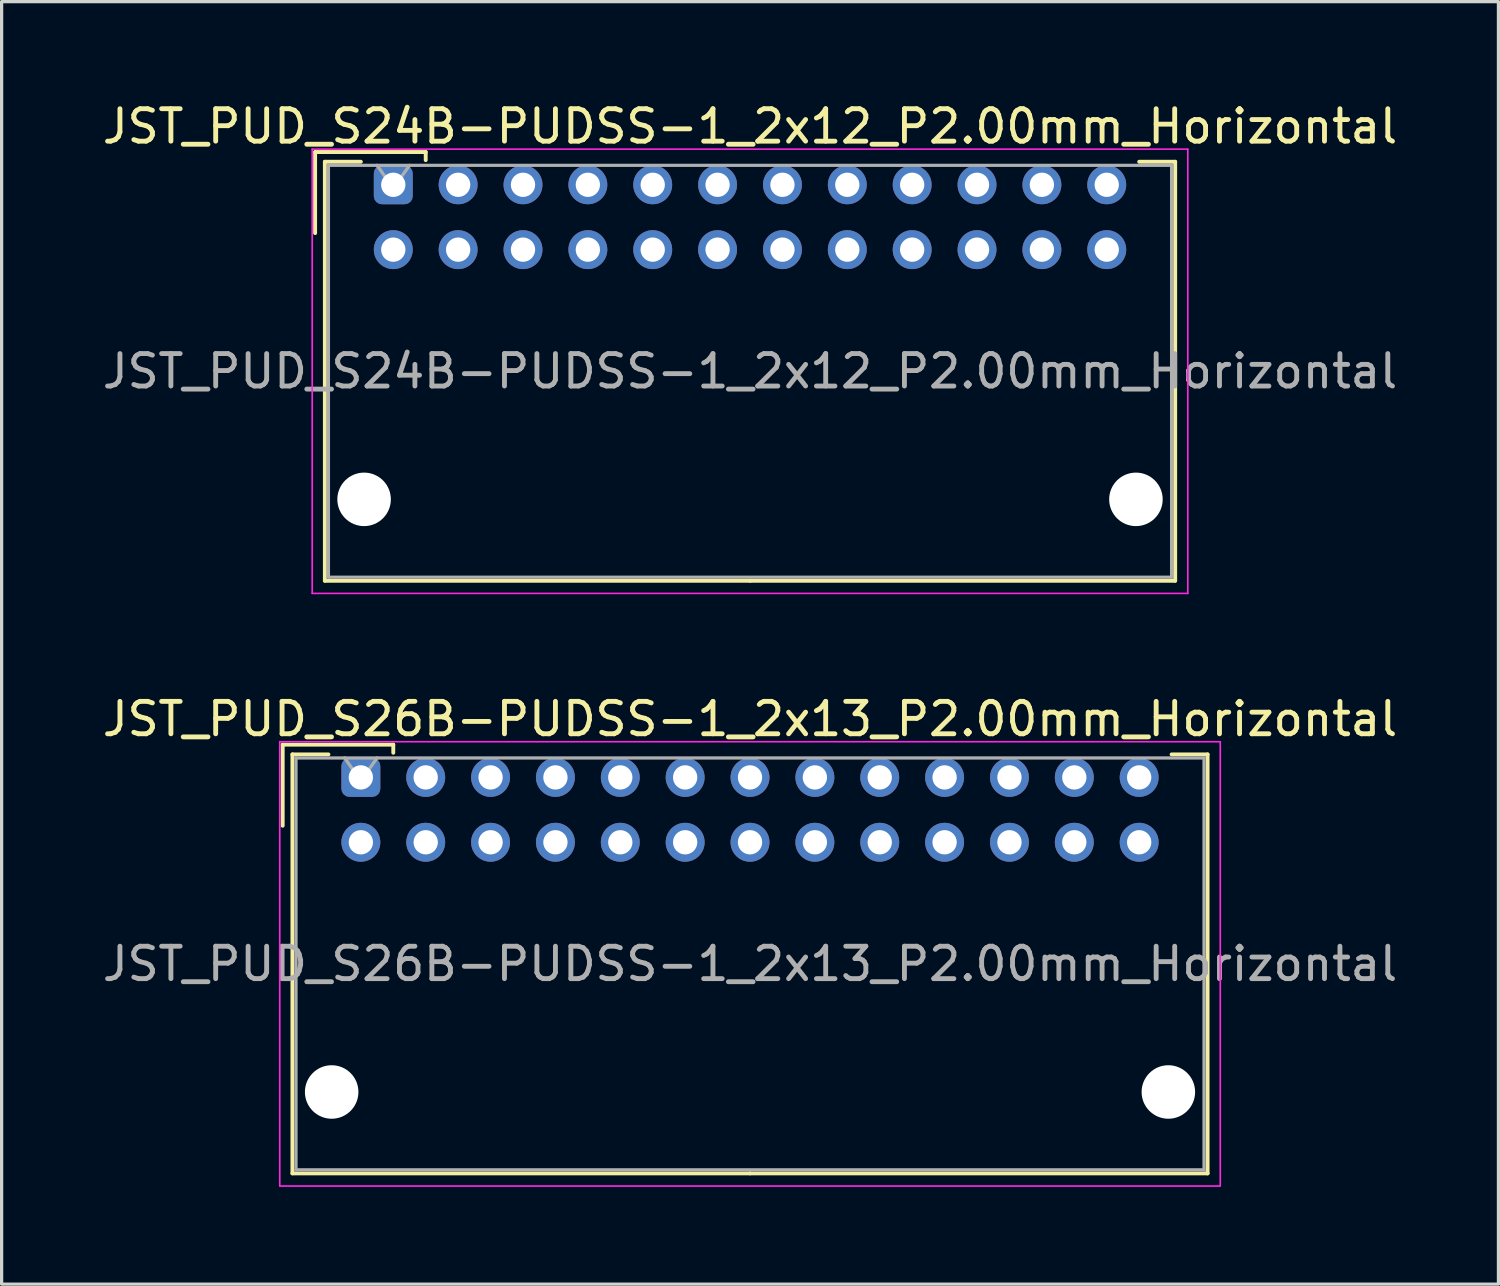
<source format=kicad_pcb>
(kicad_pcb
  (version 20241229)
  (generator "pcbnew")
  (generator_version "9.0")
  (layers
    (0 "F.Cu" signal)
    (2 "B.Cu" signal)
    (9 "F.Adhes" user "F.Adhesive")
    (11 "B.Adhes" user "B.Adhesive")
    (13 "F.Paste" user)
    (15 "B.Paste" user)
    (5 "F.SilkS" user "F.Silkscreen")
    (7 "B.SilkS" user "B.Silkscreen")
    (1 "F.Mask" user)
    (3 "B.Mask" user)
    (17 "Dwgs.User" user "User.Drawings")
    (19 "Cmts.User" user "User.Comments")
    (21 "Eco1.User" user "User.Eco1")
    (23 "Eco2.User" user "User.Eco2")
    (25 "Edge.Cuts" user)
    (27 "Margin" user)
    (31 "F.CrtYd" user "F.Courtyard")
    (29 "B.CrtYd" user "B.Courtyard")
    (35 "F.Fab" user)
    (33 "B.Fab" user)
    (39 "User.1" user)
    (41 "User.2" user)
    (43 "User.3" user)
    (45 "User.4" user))
  (footprint "JST_PUD_S24B-PUDSS-1_2x12_P2.00mm_Horizontal"
    (layer "F.Cu")
    (at 9.077 2.648)
    (property "Reference" "JST_PUD_S24B-PUDSS-1_2x12_P2.00mm_Horizontal" (at 11 -1.8 0) (layer "F.SilkS") (effects (font (size 1 1) (thickness 0.15))))
    (attr through_hole)
    (fp_line (start -2.41 -1.01) (end -2.41 1.49) (stroke (width 0.12) (type solid)) (layer "F.SilkS"))
    (fp_line (start -2.11 -0.71) (end -2.11 12.21) (stroke (width 0.12) (type solid)) (layer "F.SilkS"))
    (fp_line (start -2.11 12.21) (end 11 12.21) (stroke (width 0.12) (type solid)) (layer "F.SilkS"))
    (fp_line (start -1 -0.71) (end -2.11 -0.71) (stroke (width 0.12) (type solid)) (layer "F.SilkS"))
    (fp_line (start 1 -1.01) (end -2.41 -1.01) (stroke (width 0.12) (type solid)) (layer "F.SilkS"))
    (fp_line (start 1 -0.76) (end 1 -1.01) (stroke (width 0.12) (type solid)) (layer "F.SilkS"))
    (fp_line (start 23 -0.71) (end 24.11 -0.71) (stroke (width 0.12) (type solid)) (layer "F.SilkS"))
    (fp_line (start 24.11 -0.71) (end 24.11 12.21) (stroke (width 0.12) (type solid)) (layer "F.SilkS"))
    (fp_line (start 24.11 12.21) (end 11 12.21) (stroke (width 0.12) (type solid)) (layer "F.SilkS"))
    (fp_line (start -2.5 -1.1) (end -2.5 12.6) (stroke (width 0.05) (type solid)) (layer "F.CrtYd"))
    (fp_line (start -2.5 12.6) (end 24.5 12.6) (stroke (width 0.05) (type solid)) (layer "F.CrtYd"))
    (fp_line (start 24.5 -1.1) (end -2.5 -1.1) (stroke (width 0.05) (type solid)) (layer "F.CrtYd"))
    (fp_line (start 24.5 12.6) (end 24.5 -1.1) (stroke (width 0.05) (type solid)) (layer "F.CrtYd"))
    (fp_line (start -2 -0.6) (end -2 12.1) (stroke (width 0.1) (type solid)) (layer "F.Fab"))
    (fp_line (start -2 12.1) (end 24 12.1) (stroke (width 0.1) (type solid)) (layer "F.Fab"))
    (fp_line (start 0 0.107) (end -0.5 -0.6) (stroke (width 0.1) (type solid)) (layer "F.Fab"))
    (fp_line (start 0.5 -0.6) (end 0 0.107) (stroke (width 0.1) (type solid)) (layer "F.Fab"))
    (fp_line (start 24 -0.6) (end -2 -0.6) (stroke (width 0.1) (type solid)) (layer "F.Fab"))
    (fp_line (start 24 12.1) (end 24 -0.6) (stroke (width 0.1) (type solid)) (layer "F.Fab"))
    (fp_text user "${REFERENCE}" (at 11 5.75 0) (layer "F.Fab") (effects (font (size 1 1) (thickness 0.15))))
    (pad "" np_thru_hole circle (at -0.9 9.7) (size 1.65 1.65) (drill 1.65) (layers "*.Cu" "*.Mask"))
    (pad "" np_thru_hole circle (at 22.9 9.7) (size 1.65 1.65) (drill 1.65) (layers "*.Cu" "*.Mask"))
    (pad "1" thru_hole roundrect (at 0 0) (size 1.2 1.2) (drill 0.75) (layers "*.Cu" "*.Mask") (roundrect_rratio 0.208))
    (pad "2" thru_hole circle (at 0 2) (size 1.2 1.2) (drill 0.75) (layers "*.Cu" "*.Mask"))
    (pad "3" thru_hole circle (at 2 0) (size 1.2 1.2) (drill 0.75) (layers "*.Cu" "*.Mask"))
    (pad "4" thru_hole circle (at 2 2) (size 1.2 1.2) (drill 0.75) (layers "*.Cu" "*.Mask"))
    (pad "5" thru_hole circle (at 4 0) (size 1.2 1.2) (drill 0.75) (layers "*.Cu" "*.Mask"))
    (pad "6" thru_hole circle (at 4 2) (size 1.2 1.2) (drill 0.75) (layers "*.Cu" "*.Mask"))
    (pad "7" thru_hole circle (at 6 0) (size 1.2 1.2) (drill 0.75) (layers "*.Cu" "*.Mask"))
    (pad "8" thru_hole circle (at 6 2) (size 1.2 1.2) (drill 0.75) (layers "*.Cu" "*.Mask"))
    (pad "9" thru_hole circle (at 8 0) (size 1.2 1.2) (drill 0.75) (layers "*.Cu" "*.Mask"))
    (pad "10" thru_hole circle (at 8 2) (size 1.2 1.2) (drill 0.75) (layers "*.Cu" "*.Mask"))
    (pad "11" thru_hole circle (at 10 0) (size 1.2 1.2) (drill 0.75) (layers "*.Cu" "*.Mask"))
    (pad "12" thru_hole circle (at 10 2) (size 1.2 1.2) (drill 0.75) (layers "*.Cu" "*.Mask"))
    (pad "13" thru_hole circle (at 12 0) (size 1.2 1.2) (drill 0.75) (layers "*.Cu" "*.Mask"))
    (pad "14" thru_hole circle (at 12 2) (size 1.2 1.2) (drill 0.75) (layers "*.Cu" "*.Mask"))
    (pad "15" thru_hole circle (at 14 0) (size 1.2 1.2) (drill 0.75) (layers "*.Cu" "*.Mask"))
    (pad "16" thru_hole circle (at 14 2) (size 1.2 1.2) (drill 0.75) (layers "*.Cu" "*.Mask"))
    (pad "17" thru_hole circle (at 16 0) (size 1.2 1.2) (drill 0.75) (layers "*.Cu" "*.Mask"))
    (pad "18" thru_hole circle (at 16 2) (size 1.2 1.2) (drill 0.75) (layers "*.Cu" "*.Mask"))
    (pad "19" thru_hole circle (at 18 0) (size 1.2 1.2) (drill 0.75) (layers "*.Cu" "*.Mask"))
    (pad "20" thru_hole circle (at 18 2) (size 1.2 1.2) (drill 0.75) (layers "*.Cu" "*.Mask"))
    (pad "21" thru_hole circle (at 20 0) (size 1.2 1.2) (drill 0.75) (layers "*.Cu" "*.Mask"))
    (pad "22" thru_hole circle (at 20 2) (size 1.2 1.2) (drill 0.75) (layers "*.Cu" "*.Mask"))
    (pad "23" thru_hole circle (at 22 0) (size 1.2 1.2) (drill 0.75) (layers "*.Cu" "*.Mask"))
    (pad "24" thru_hole circle (at 22 2) (size 1.2 1.2) (drill 0.75) (layers "*.Cu" "*.Mask")))
  (footprint "JST_PUD_S26B-PUDSS-1_2x13_P2.00mm_Horizontal"
    (layer "F.Cu")
    (at 8.077 20.922)
    (property "Reference" "JST_PUD_S26B-PUDSS-1_2x13_P2.00mm_Horizontal" (at 12 -1.8 0) (layer "F.SilkS") (effects (font (size 1 1) (thickness 0.15))))
    (attr through_hole)
    (fp_line (start -2.41 -1.01) (end -2.41 1.49) (stroke (width 0.12) (type solid)) (layer "F.SilkS"))
    (fp_line (start -2.11 -0.71) (end -2.11 12.21) (stroke (width 0.12) (type solid)) (layer "F.SilkS"))
    (fp_line (start -2.11 12.21) (end 12 12.21) (stroke (width 0.12) (type solid)) (layer "F.SilkS"))
    (fp_line (start -1 -0.71) (end -2.11 -0.71) (stroke (width 0.12) (type solid)) (layer "F.SilkS"))
    (fp_line (start 1 -1.01) (end -2.41 -1.01) (stroke (width 0.12) (type solid)) (layer "F.SilkS"))
    (fp_line (start 1 -0.76) (end 1 -1.01) (stroke (width 0.12) (type solid)) (layer "F.SilkS"))
    (fp_line (start 25 -0.71) (end 26.11 -0.71) (stroke (width 0.12) (type solid)) (layer "F.SilkS"))
    (fp_line (start 26.11 -0.71) (end 26.11 12.21) (stroke (width 0.12) (type solid)) (layer "F.SilkS"))
    (fp_line (start 26.11 12.21) (end 12 12.21) (stroke (width 0.12) (type solid)) (layer "F.SilkS"))
    (fp_line (start -2.5 -1.1) (end -2.5 12.6) (stroke (width 0.05) (type solid)) (layer "F.CrtYd"))
    (fp_line (start -2.5 12.6) (end 26.5 12.6) (stroke (width 0.05) (type solid)) (layer "F.CrtYd"))
    (fp_line (start 26.5 -1.1) (end -2.5 -1.1) (stroke (width 0.05) (type solid)) (layer "F.CrtYd"))
    (fp_line (start 26.5 12.6) (end 26.5 -1.1) (stroke (width 0.05) (type solid)) (layer "F.CrtYd"))
    (fp_line (start -2 -0.6) (end -2 12.1) (stroke (width 0.1) (type solid)) (layer "F.Fab"))
    (fp_line (start -2 12.1) (end 26 12.1) (stroke (width 0.1) (type solid)) (layer "F.Fab"))
    (fp_line (start 0 0.107) (end -0.5 -0.6) (stroke (width 0.1) (type solid)) (layer "F.Fab"))
    (fp_line (start 0.5 -0.6) (end 0 0.107) (stroke (width 0.1) (type solid)) (layer "F.Fab"))
    (fp_line (start 26 -0.6) (end -2 -0.6) (stroke (width 0.1) (type solid)) (layer "F.Fab"))
    (fp_line (start 26 12.1) (end 26 -0.6) (stroke (width 0.1) (type solid)) (layer "F.Fab"))
    (fp_text user "${REFERENCE}" (at 12 5.75 0) (layer "F.Fab") (effects (font (size 1 1) (thickness 0.15))))
    (pad "" np_thru_hole circle (at -0.9 9.7) (size 1.65 1.65) (drill 1.65) (layers "*.Cu" "*.Mask"))
    (pad "" np_thru_hole circle (at 24.9 9.7) (size 1.65 1.65) (drill 1.65) (layers "*.Cu" "*.Mask"))
    (pad "1" thru_hole roundrect (at 0 0) (size 1.2 1.2) (drill 0.75) (layers "*.Cu" "*.Mask") (roundrect_rratio 0.208))
    (pad "2" thru_hole circle (at 0 2) (size 1.2 1.2) (drill 0.75) (layers "*.Cu" "*.Mask"))
    (pad "3" thru_hole circle (at 2 0) (size 1.2 1.2) (drill 0.75) (layers "*.Cu" "*.Mask"))
    (pad "4" thru_hole circle (at 2 2) (size 1.2 1.2) (drill 0.75) (layers "*.Cu" "*.Mask"))
    (pad "5" thru_hole circle (at 4 0) (size 1.2 1.2) (drill 0.75) (layers "*.Cu" "*.Mask"))
    (pad "6" thru_hole circle (at 4 2) (size 1.2 1.2) (drill 0.75) (layers "*.Cu" "*.Mask"))
    (pad "7" thru_hole circle (at 6 0) (size 1.2 1.2) (drill 0.75) (layers "*.Cu" "*.Mask"))
    (pad "8" thru_hole circle (at 6 2) (size 1.2 1.2) (drill 0.75) (layers "*.Cu" "*.Mask"))
    (pad "9" thru_hole circle (at 8 0) (size 1.2 1.2) (drill 0.75) (layers "*.Cu" "*.Mask"))
    (pad "10" thru_hole circle (at 8 2) (size 1.2 1.2) (drill 0.75) (layers "*.Cu" "*.Mask"))
    (pad "11" thru_hole circle (at 10 0) (size 1.2 1.2) (drill 0.75) (layers "*.Cu" "*.Mask"))
    (pad "12" thru_hole circle (at 10 2) (size 1.2 1.2) (drill 0.75) (layers "*.Cu" "*.Mask"))
    (pad "13" thru_hole circle (at 12 0) (size 1.2 1.2) (drill 0.75) (layers "*.Cu" "*.Mask"))
    (pad "14" thru_hole circle (at 12 2) (size 1.2 1.2) (drill 0.75) (layers "*.Cu" "*.Mask"))
    (pad "15" thru_hole circle (at 14 0) (size 1.2 1.2) (drill 0.75) (layers "*.Cu" "*.Mask"))
    (pad "16" thru_hole circle (at 14 2) (size 1.2 1.2) (drill 0.75) (layers "*.Cu" "*.Mask"))
    (pad "17" thru_hole circle (at 16 0) (size 1.2 1.2) (drill 0.75) (layers "*.Cu" "*.Mask"))
    (pad "18" thru_hole circle (at 16 2) (size 1.2 1.2) (drill 0.75) (layers "*.Cu" "*.Mask"))
    (pad "19" thru_hole circle (at 18 0) (size 1.2 1.2) (drill 0.75) (layers "*.Cu" "*.Mask"))
    (pad "20" thru_hole circle (at 18 2) (size 1.2 1.2) (drill 0.75) (layers "*.Cu" "*.Mask"))
    (pad "21" thru_hole circle (at 20 0) (size 1.2 1.2) (drill 0.75) (layers "*.Cu" "*.Mask"))
    (pad "22" thru_hole circle (at 20 2) (size 1.2 1.2) (drill 0.75) (layers "*.Cu" "*.Mask"))
    (pad "23" thru_hole circle (at 22 0) (size 1.2 1.2) (drill 0.75) (layers "*.Cu" "*.Mask"))
    (pad "24" thru_hole circle (at 22 2) (size 1.2 1.2) (drill 0.75) (layers "*.Cu" "*.Mask"))
    (pad "25" thru_hole circle (at 24 0) (size 1.2 1.2) (drill 0.75) (layers "*.Cu" "*.Mask"))
    (pad "26" thru_hole circle (at 24 2) (size 1.2 1.2) (drill 0.75) (layers "*.Cu" "*.Mask")))
  (gr_rect
    (start -3 -3)
    (end 43.155 36.547)
    (stroke (width 0.1) (type default))
    (fill no)
    (layer "Edge.Cuts")))
</source>
